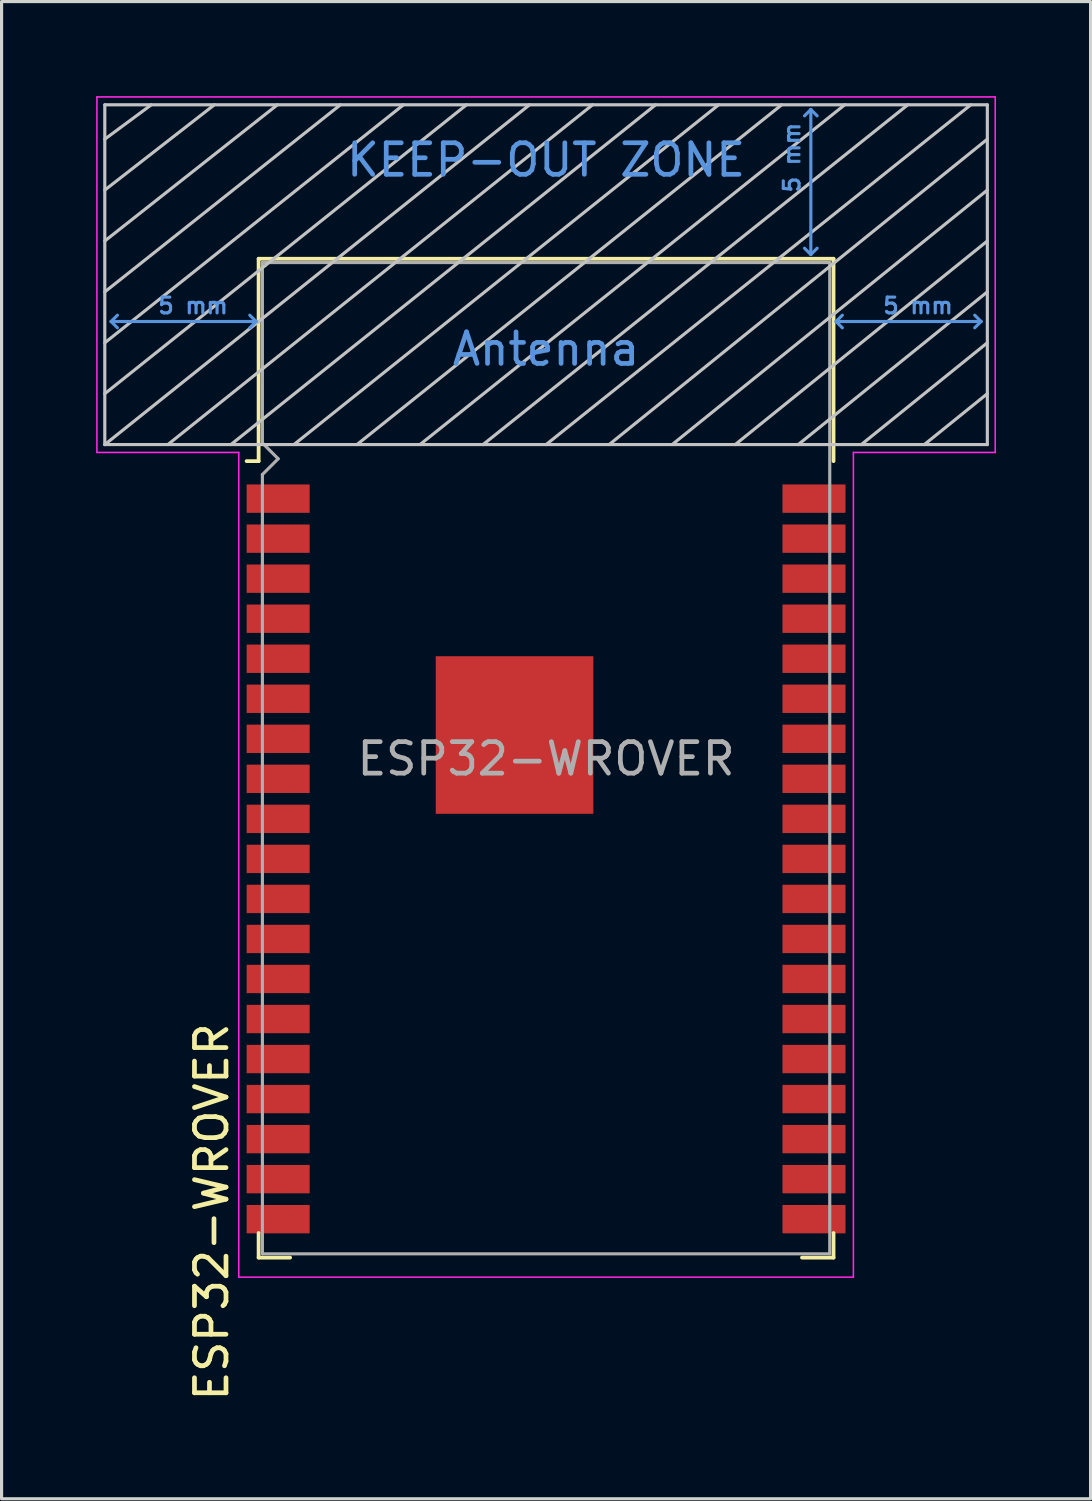
<source format=kicad_pcb>
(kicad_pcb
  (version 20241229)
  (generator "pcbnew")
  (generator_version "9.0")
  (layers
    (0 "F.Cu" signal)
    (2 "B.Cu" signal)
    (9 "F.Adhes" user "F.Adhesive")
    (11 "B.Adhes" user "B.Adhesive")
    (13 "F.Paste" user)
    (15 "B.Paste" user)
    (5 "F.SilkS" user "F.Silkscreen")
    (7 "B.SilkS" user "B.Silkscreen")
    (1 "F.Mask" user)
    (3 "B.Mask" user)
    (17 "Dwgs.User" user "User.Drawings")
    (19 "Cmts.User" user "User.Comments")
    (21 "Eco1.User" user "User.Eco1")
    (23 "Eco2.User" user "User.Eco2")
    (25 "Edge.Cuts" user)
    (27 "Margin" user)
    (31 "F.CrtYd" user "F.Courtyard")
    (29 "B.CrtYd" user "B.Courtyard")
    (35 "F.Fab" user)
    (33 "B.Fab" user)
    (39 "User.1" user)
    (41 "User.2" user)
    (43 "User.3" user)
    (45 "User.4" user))
  (footprint "ESP32-WROVER"
    (layer "F.Cu")
    (at 14.275 21.025)
    (property "Reference" "ESP32-WROVER" (at -10.61 14.375 90) (layer "F.SilkS") (effects (font (size 1 1) (thickness 0.15))))
    (attr smd)
    (fp_line (start -9.12 -15.865) (end -9.12 -9.445) (stroke (width 0.12) (type solid)) (layer "F.SilkS"))
    (fp_line (start -9.12 -15.865) (end 9.12 -15.865) (stroke (width 0.12) (type solid)) (layer "F.SilkS"))
    (fp_line (start -9.12 -9.445) (end -9.5 -9.445) (stroke (width 0.12) (type solid)) (layer "F.SilkS"))
    (fp_line (start -9.12 15.045) (end -9.12 15.825) (stroke (width 0.12) (type solid)) (layer "F.SilkS"))
    (fp_line (start -9.12 15.825) (end -8.12 15.825) (stroke (width 0.12) (type solid)) (layer "F.SilkS"))
    (fp_line (start 9.12 -15.865) (end 9.12 -9.445) (stroke (width 0.12) (type solid)) (layer "F.SilkS"))
    (fp_line (start 9.12 15.045) (end 9.12 15.825) (stroke (width 0.12) (type solid)) (layer "F.SilkS"))
    (fp_line (start 9.12 15.825) (end 8.12 15.825) (stroke (width 0.12) (type solid)) (layer "F.SilkS"))
    (fp_line (start -14 -9.97) (end -14 -20.75) (stroke (width 0.1) (type solid)) (layer "Dwgs.User"))
    (fp_line (start -12.525 -20.75) (end -14 -19.66) (stroke (width 0.1) (type solid)) (layer "Dwgs.User"))
    (fp_line (start -10.525 -20.75) (end -14 -18.045) (stroke (width 0.1) (type solid)) (layer "Dwgs.User"))
    (fp_line (start -8.525 -20.75) (end -14 -16.43) (stroke (width 0.1) (type solid)) (layer "Dwgs.User"))
    (fp_line (start -8 -9.97) (end 5.475 -20.75) (stroke (width 0.1) (type solid)) (layer "Dwgs.User"))
    (fp_line (start -6.525 -20.75) (end -14 -14.815) (stroke (width 0.1) (type solid)) (layer "Dwgs.User"))
    (fp_line (start -4.525 -20.75) (end -14 -13.2) (stroke (width 0.1) (type solid)) (layer "Dwgs.User"))
    (fp_line (start -2.525 -20.75) (end -14 -11.585) (stroke (width 0.1) (type solid)) (layer "Dwgs.User"))
    (fp_line (start -0.525 -20.75) (end -14 -9.97) (stroke (width 0.1) (type solid)) (layer "Dwgs.User"))
    (fp_line (start 1.475 -20.75) (end -12 -9.97) (stroke (width 0.1) (type solid)) (layer "Dwgs.User"))
    (fp_line (start 3.475 -20.75) (end -10 -9.97) (stroke (width 0.1) (type solid)) (layer "Dwgs.User"))
    (fp_line (start 7.475 -20.75) (end -6 -9.97) (stroke (width 0.1) (type solid)) (layer "Dwgs.User"))
    (fp_line (start 9.475 -20.75) (end -4 -9.97) (stroke (width 0.1) (type solid)) (layer "Dwgs.User"))
    (fp_line (start 11.475 -20.75) (end -2 -9.97) (stroke (width 0.1) (type solid)) (layer "Dwgs.User"))
    (fp_line (start 13.475 -20.75) (end 0 -9.97) (stroke (width 0.1) (type solid)) (layer "Dwgs.User"))
    (fp_line (start 14 -20.75) (end -14 -20.75) (stroke (width 0.1) (type solid)) (layer "Dwgs.User"))
    (fp_line (start 14 -19.66) (end 2 -9.97) (stroke (width 0.1) (type solid)) (layer "Dwgs.User"))
    (fp_line (start 14 -18.045) (end 4 -9.97) (stroke (width 0.1) (type solid)) (layer "Dwgs.User"))
    (fp_line (start 14 -16.43) (end 6 -9.97) (stroke (width 0.1) (type solid)) (layer "Dwgs.User"))
    (fp_line (start 14 -14.815) (end 8 -9.97) (stroke (width 0.1) (type solid)) (layer "Dwgs.User"))
    (fp_line (start 14 -13.2) (end 10 -9.97) (stroke (width 0.1) (type solid)) (layer "Dwgs.User"))
    (fp_line (start 14 -11.585) (end 12 -9.97) (stroke (width 0.1) (type solid)) (layer "Dwgs.User"))
    (fp_line (start 14 -9.97) (end -14 -9.97) (stroke (width 0.1) (type solid)) (layer "Dwgs.User"))
    (fp_line (start 14 -9.97) (end 14 -20.75) (stroke (width 0.1) (type solid)) (layer "Dwgs.User"))
    (fp_line (start -13.8 -13.875) (end -13.6 -14.075) (stroke (width 0.1) (type solid)) (layer "Cmts.User"))
    (fp_line (start -13.8 -13.875) (end -13.6 -13.675) (stroke (width 0.1) (type solid)) (layer "Cmts.User"))
    (fp_line (start -13.8 -13.875) (end -9.2 -13.875) (stroke (width 0.1) (type solid)) (layer "Cmts.User"))
    (fp_line (start -9.2 -13.875) (end -9.4 -14.075) (stroke (width 0.1) (type solid)) (layer "Cmts.User"))
    (fp_line (start -9.2 -13.875) (end -9.4 -13.675) (stroke (width 0.1) (type solid)) (layer "Cmts.User"))
    (fp_line (start 8.4 -20.6) (end 8.2 -20.4) (stroke (width 0.1) (type solid)) (layer "Cmts.User"))
    (fp_line (start 8.4 -20.6) (end 8.6 -20.4) (stroke (width 0.1) (type solid)) (layer "Cmts.User"))
    (fp_line (start 8.4 -16) (end 8.2 -16.2) (stroke (width 0.1) (type solid)) (layer "Cmts.User"))
    (fp_line (start 8.4 -16) (end 8.4 -20.6) (stroke (width 0.1) (type solid)) (layer "Cmts.User"))
    (fp_line (start 8.4 -16) (end 8.6 -16.2) (stroke (width 0.1) (type solid)) (layer "Cmts.User"))
    (fp_line (start 9.2 -13.875) (end 9.4 -14.075) (stroke (width 0.1) (type solid)) (layer "Cmts.User"))
    (fp_line (start 9.2 -13.875) (end 9.4 -13.675) (stroke (width 0.1) (type solid)) (layer "Cmts.User"))
    (fp_line (start 9.2 -13.875) (end 13.8 -13.875) (stroke (width 0.1) (type solid)) (layer "Cmts.User"))
    (fp_line (start 13.8 -13.875) (end 13.6 -14.075) (stroke (width 0.1) (type solid)) (layer "Cmts.User"))
    (fp_line (start 13.8 -13.875) (end 13.6 -13.675) (stroke (width 0.1) (type solid)) (layer "Cmts.User"))
    (fp_line (start -14.25 -21) (end -14.25 -9.72) (stroke (width 0.05) (type solid)) (layer "F.CrtYd"))
    (fp_line (start -14.25 -21) (end 14.25 -21) (stroke (width 0.05) (type solid)) (layer "F.CrtYd"))
    (fp_line (start -14.25 -9.72) (end -9.75 -9.72) (stroke (width 0.05) (type solid)) (layer "F.CrtYd"))
    (fp_line (start -9.75 16.445) (end -9.75 -9.72) (stroke (width 0.05) (type solid)) (layer "F.CrtYd"))
    (fp_line (start -9.75 16.445) (end 9.75 16.445) (stroke (width 0.05) (type solid)) (layer "F.CrtYd"))
    (fp_line (start 9.75 -9.72) (end 9.75 16.445) (stroke (width 0.05) (type solid)) (layer "F.CrtYd"))
    (fp_line (start 9.75 -9.72) (end 14.25 -9.72) (stroke (width 0.05) (type solid)) (layer "F.CrtYd"))
    (fp_line (start 14.25 -21) (end 14.25 -9.72) (stroke (width 0.05) (type solid)) (layer "F.CrtYd"))
    (fp_line (start -9 -15.745) (end -9 -10.02) (stroke (width 0.1) (type solid)) (layer "F.Fab"))
    (fp_line (start -9 -15.745) (end 9 -15.745) (stroke (width 0.1) (type solid)) (layer "F.Fab"))
    (fp_line (start -9 -9.02) (end -9 15.705) (stroke (width 0.1) (type solid)) (layer "F.Fab"))
    (fp_line (start -9 -9.02) (end -8.5 -9.52) (stroke (width 0.1) (type solid)) (layer "F.Fab"))
    (fp_line (start -9 15.705) (end 9 15.705) (stroke (width 0.1) (type solid)) (layer "F.Fab"))
    (fp_line (start -8.5 -9.52) (end -9 -10.02) (stroke (width 0.1) (type solid)) (layer "F.Fab"))
    (fp_line (start 9 15.705) (end 9 -15.745) (stroke (width 0.1) (type solid)) (layer "F.Fab"))
    (fp_text user "5 mm" (at 7.8 -19.075 90) (layer "Cmts.User") (effects (font (size 0.5 0.5) (thickness 0.1))))
    (fp_text user "KEEP-OUT ZONE" (at 0 -19 0) (layer "Cmts.User") (effects (font (size 1 1) (thickness 0.15))))
    (fp_text user "5 mm" (at 11.8 -14.375 0) (layer "Cmts.User") (effects (font (size 0.5 0.5) (thickness 0.1))))
    (fp_text user "5 mm" (at -11.2 -14.375 0) (layer "Cmts.User") (effects (font (size 0.5 0.5) (thickness 0.1))))
    (fp_text user "Antenna" (at 0 -13 0) (layer "Cmts.User") (effects (font (size 1 1) (thickness 0.15))))
    (fp_text user "${REFERENCE}" (at 0 0 0) (layer "F.Fab") (effects (font (size 1 1) (thickness 0.15))))
    (pad "1" smd rect (at -8.5 -8.255) (size 2 0.9) (layers "F.Cu" "F.Mask" "F.Paste"))
    (pad "2" smd rect (at -8.5 -6.985) (size 2 0.9) (layers "F.Cu" "F.Mask" "F.Paste"))
    (pad "3" smd rect (at -8.5 -5.715) (size 2 0.9) (layers "F.Cu" "F.Mask" "F.Paste"))
    (pad "4" smd rect (at -8.5 -4.445) (size 2 0.9) (layers "F.Cu" "F.Mask" "F.Paste"))
    (pad "5" smd rect (at -8.5 -3.175) (size 2 0.9) (layers "F.Cu" "F.Mask" "F.Paste"))
    (pad "6" smd rect (at -8.5 -1.905) (size 2 0.9) (layers "F.Cu" "F.Mask" "F.Paste"))
    (pad "7" smd rect (at -8.5 -0.635) (size 2 0.9) (layers "F.Cu" "F.Mask" "F.Paste"))
    (pad "8" smd rect (at -8.5 0.635) (size 2 0.9) (layers "F.Cu" "F.Mask" "F.Paste"))
    (pad "9" smd rect (at -8.5 1.905) (size 2 0.9) (layers "F.Cu" "F.Mask" "F.Paste"))
    (pad "10" smd rect (at -8.5 3.175) (size 2 0.9) (layers "F.Cu" "F.Mask" "F.Paste"))
    (pad "11" smd rect (at -8.5 4.445) (size 2 0.9) (layers "F.Cu" "F.Mask" "F.Paste"))
    (pad "12" smd rect (at -8.5 5.715) (size 2 0.9) (layers "F.Cu" "F.Mask" "F.Paste"))
    (pad "13" smd rect (at -8.5 6.985) (size 2 0.9) (layers "F.Cu" "F.Mask" "F.Paste"))
    (pad "14" smd rect (at -8.5 8.255) (size 2 0.9) (layers "F.Cu" "F.Mask" "F.Paste"))
    (pad "15" smd rect (at -8.5 9.525 180) (size 2 0.9) (layers "F.Cu" "F.Mask" "F.Paste"))
    (pad "16" smd rect (at -8.5 10.795 180) (size 2 0.9) (layers "F.Cu" "F.Mask" "F.Paste"))
    (pad "17" smd rect (at -8.5 12.065 180) (size 2 0.9) (layers "F.Cu" "F.Mask" "F.Paste"))
    (pad "18" smd rect (at -8.5 13.335 180) (size 2 0.9) (layers "F.Cu" "F.Mask" "F.Paste"))
    (pad "19" smd rect (at -8.5 14.605 180) (size 2 0.9) (layers "F.Cu" "F.Mask" "F.Paste"))
    (pad "20" smd rect (at 8.5 14.605 180) (size 2 0.9) (layers "F.Cu" "F.Mask" "F.Paste"))
    (pad "21" smd rect (at 8.5 13.335 180) (size 2 0.9) (layers "F.Cu" "F.Mask" "F.Paste"))
    (pad "22" smd rect (at 8.5 12.065 180) (size 2 0.9) (layers "F.Cu" "F.Mask" "F.Paste"))
    (pad "23" smd rect (at 8.5 10.795 180) (size 2 0.9) (layers "F.Cu" "F.Mask" "F.Paste"))
    (pad "24" smd rect (at 8.5 9.525 180) (size 2 0.9) (layers "F.Cu" "F.Mask" "F.Paste"))
    (pad "25" smd rect (at 8.5 8.255) (size 2 0.9) (layers "F.Cu" "F.Mask" "F.Paste"))
    (pad "26" smd rect (at 8.5 6.985) (size 2 0.9) (layers "F.Cu" "F.Mask" "F.Paste"))
    (pad "27" smd rect (at 8.5 5.715) (size 2 0.9) (layers "F.Cu" "F.Mask" "F.Paste"))
    (pad "28" smd rect (at 8.5 4.445) (size 2 0.9) (layers "F.Cu" "F.Mask" "F.Paste"))
    (pad "29" smd rect (at 8.5 3.175) (size 2 0.9) (layers "F.Cu" "F.Mask" "F.Paste"))
    (pad "30" smd rect (at 8.5 1.905) (size 2 0.9) (layers "F.Cu" "F.Mask" "F.Paste"))
    (pad "31" smd rect (at 8.5 0.635) (size 2 0.9) (layers "F.Cu" "F.Mask" "F.Paste"))
    (pad "32" smd rect (at 8.5 -0.635) (size 2 0.9) (layers "F.Cu" "F.Mask" "F.Paste"))
    (pad "33" smd rect (at 8.5 -1.905) (size 2 0.9) (layers "F.Cu" "F.Mask" "F.Paste"))
    (pad "34" smd rect (at 8.5 -3.175) (size 2 0.9) (layers "F.Cu" "F.Mask" "F.Paste"))
    (pad "35" smd rect (at 8.5 -4.445) (size 2 0.9) (layers "F.Cu" "F.Mask" "F.Paste"))
    (pad "36" smd rect (at 8.5 -5.715) (size 2 0.9) (layers "F.Cu" "F.Mask" "F.Paste"))
    (pad "37" smd rect (at 8.5 -6.985) (size 2 0.9) (layers "F.Cu" "F.Mask" "F.Paste"))
    (pad "38" smd rect (at 8.5 -8.255) (size 2 0.9) (layers "F.Cu" "F.Mask" "F.Paste"))
    (pad "39" smd rect (at -1 -0.755) (size 5 5) (layers "F.Cu" "F.Mask" "F.Paste")))
  (gr_rect
    (start -3 -3)
    (end 31.55 44.501)
    (stroke (width 0.1) (type default))
    (fill no)
    (layer "Edge.Cuts")))
</source>
